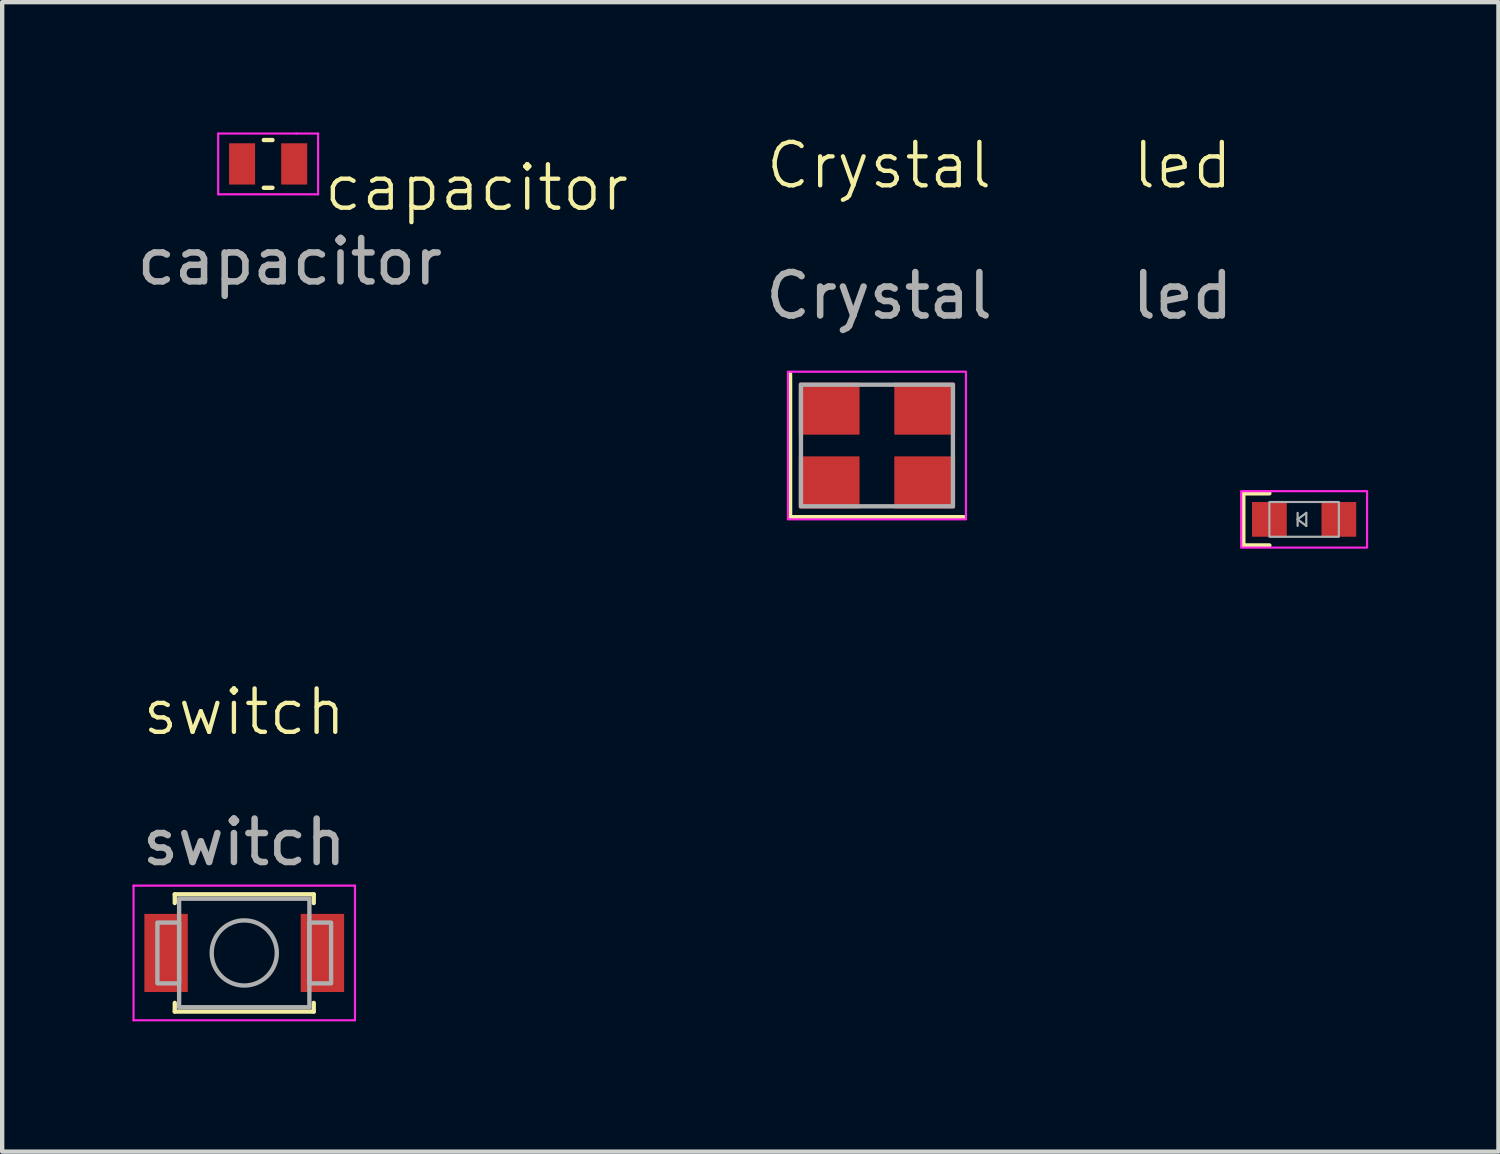
<source format=kicad_pcb>
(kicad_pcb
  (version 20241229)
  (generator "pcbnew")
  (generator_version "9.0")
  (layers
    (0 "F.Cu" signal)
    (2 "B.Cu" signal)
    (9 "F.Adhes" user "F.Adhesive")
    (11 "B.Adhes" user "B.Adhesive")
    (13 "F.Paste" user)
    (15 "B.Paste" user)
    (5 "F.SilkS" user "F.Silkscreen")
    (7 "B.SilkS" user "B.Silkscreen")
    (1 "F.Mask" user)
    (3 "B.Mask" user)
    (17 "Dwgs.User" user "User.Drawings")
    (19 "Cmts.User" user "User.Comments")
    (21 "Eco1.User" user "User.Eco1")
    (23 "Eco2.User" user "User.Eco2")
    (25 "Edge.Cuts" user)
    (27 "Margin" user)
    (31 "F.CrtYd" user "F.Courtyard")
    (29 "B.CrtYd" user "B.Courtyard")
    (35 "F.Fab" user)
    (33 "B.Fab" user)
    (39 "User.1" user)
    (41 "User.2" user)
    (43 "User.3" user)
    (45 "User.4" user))
  (footprint "switch"
    (layer "F.Cu")
    (at 2.575 13.846)
    (property "Reference" "switch" (at 0 -0.5 0) (unlocked yes) (layer "F.SilkS") (effects (font (size 1 1) (thickness 0.1))))
    (attr smd)
    (fp_line (start -1.6 3.7) (end 1.6 3.7) (stroke (width 0.1) (type default)) (layer "F.SilkS"))
    (fp_line (start -1.6 3.9) (end -1.6 3.7) (stroke (width 0.1) (type default)) (layer "F.SilkS"))
    (fp_line (start -1.6 6.2) (end -1.6 6.4) (stroke (width 0.1) (type default)) (layer "F.SilkS"))
    (fp_line (start -1.6 6.4) (end 1.6 6.4) (stroke (width 0.1) (type default)) (layer "F.SilkS"))
    (fp_line (start 1.6 3.7) (end 1.6 3.9) (stroke (width 0.1) (type default)) (layer "F.SilkS"))
    (fp_line (start 1.6 6.4) (end 1.6 6.2) (stroke (width 0.1) (type default)) (layer "F.SilkS"))
    (fp_line (start -2.55 3.5) (end -2.55 6.6) (stroke (width 0.05) (type default)) (layer "F.CrtYd"))
    (fp_line (start -2.55 6.6) (end 2.55 6.6) (stroke (width 0.05) (type default)) (layer "F.CrtYd"))
    (fp_line (start 2.55 3.5) (end -2.55 3.5) (stroke (width 0.05) (type default)) (layer "F.CrtYd"))
    (fp_line (start 2.55 6.6) (end 2.55 3.5) (stroke (width 0.05) (type default)) (layer "F.CrtYd"))
    (fp_rect (start -2 4.35) (end -1.5 5.75) (stroke (width 0.1) (type default)) (fill no) (layer "F.Fab"))
    (fp_rect (start -1.5 3.8) (end 1.5 6.3) (stroke (width 0.1) (type default)) (fill no) (layer "F.Fab"))
    (fp_rect (start 1.5 4.35) (end 2 5.75) (stroke (width 0.1) (type default)) (fill no) (layer "F.Fab"))
    (fp_circle (center 0 5.05) (end 0.75 5.05) (stroke (width 0.1) (type solid)) (fill no) (layer "F.Fab"))
    (fp_text user "${REFERENCE}" (at 0 2.5 0) (unlocked yes) (layer "F.Fab") (effects (font (size 1 1) (thickness 0.15))))
    (pad "1" smd rect (at -1.8 5.05) (size 1 1.8) (layers "F.Cu" "F.Mask" "F.Paste"))
    (pad "2" smd rect (at 1.8 5.05) (size 1 1.8) (layers "F.Cu" "F.Mask" "F.Paste")))
  (footprint "capacitor"
    (layer "F.Cu")
    (at 3.825 1.425)
    (property "Reference" "capacitor" (at 4.1 -0.15 0) (unlocked yes) (layer "F.SilkS") (effects (font (size 1 1) (thickness 0.1))))
    (attr smd)
    (fp_line (start -0.6 -1.25) (end -0.8 -1.25) (stroke (width 0.1) (type default)) (layer "F.SilkS"))
    (fp_line (start -0.6 -0.15) (end -0.8 -0.15) (stroke (width 0.1) (type default)) (layer "F.SilkS"))
    (fp_line (start -1.85 -1.4) (end -0.05 -1.4) (stroke (width 0.05) (type default)) (layer "F.CrtYd"))
    (fp_line (start -1.85 0) (end -1.85 -1.4) (stroke (width 0.05) (type default)) (layer "F.CrtYd"))
    (fp_line (start -0.05 -1.4) (end 0.45 -1.4) (stroke (width 0.05) (type default)) (layer "F.CrtYd"))
    (fp_line (start 0.45 -1.4) (end 0.45 0) (stroke (width 0.05) (type default)) (layer "F.CrtYd"))
    (fp_line (start 0.45 0) (end -1.85 0) (stroke (width 0.05) (type default)) (layer "F.CrtYd"))
    (fp_text user "${REFERENCE}" (at -0.2 1.55 0) (unlocked yes) (layer "F.Fab") (effects (font (size 1 1) (thickness 0.15))))
    (pad "1" smd rect (at -1.3 -0.7) (size 0.6 0.95) (layers "F.Cu" "F.Mask" "F.Paste"))
    (pad "2" smd rect (at -0.1 -0.7) (size 0.6 0.95) (layers "F.Cu" "F.Mask" "F.Paste")))
  (footprint "led"
    (layer "F.Cu")
    (at 26.983 8.911)
    (property "Reference" "led" (at -2.8 -8.15 0) (unlocked yes) (layer "F.SilkS") (effects (font (size 1 1) (thickness 0.1))))
    (attr smd)
    (fp_line (start -1.4 -0.6) (end -1.4 0.6) (stroke (width 0.1) (type default)) (layer "F.SilkS"))
    (fp_line (start -1.4 0.6) (end -0.8 0.6) (stroke (width 0.1) (type default)) (layer "F.SilkS"))
    (fp_line (start -0.8 -0.6) (end -1.4 -0.6) (stroke (width 0.1) (type default)) (layer "F.SilkS"))
    (fp_rect (start -1.45 -0.65) (end 1.45 0.65) (stroke (width 0.05) (type default)) (fill no) (layer "F.CrtYd"))
    (fp_line (start -0.15 0) (end 0.05 -0.15) (stroke (width 0.05) (type solid)) (layer "F.Fab"))
    (fp_line (start -0.15 0.15) (end -0.15 -0.15) (stroke (width 0.05) (type solid)) (layer "F.Fab"))
    (fp_line (start 0.05 -0.15) (end 0.05 0.15) (stroke (width 0.05) (type solid)) (layer "F.Fab"))
    (fp_line (start 0.05 0.15) (end -0.15 0) (stroke (width 0.05) (type solid)) (layer "F.Fab"))
    (fp_rect (start -0.8 -0.4) (end 0.8 0.4) (stroke (width 0.05) (type solid)) (fill no) (layer "F.Fab"))
    (fp_text user "${REFERENCE}" (at -2.8 -5.15 0) (unlocked yes) (layer "F.Fab") (effects (font (size 1 1) (thickness 0.15))))
    (pad "1" smd rect (at -0.8 0) (size 0.8 0.8) (layers "F.Cu" "F.Mask" "F.Paste"))
    (pad "2" smd rect (at 0.8 0) (size 0.8 0.8) (layers "F.Cu" "F.Mask" "F.Paste")))
  (footprint "Crystal"
    (layer "F.Cu")
    (at 17.195 1.26)
    (property "Reference" "Crystal" (at 0 -0.5 0) (unlocked yes) (layer "F.SilkS") (effects (font (size 1 1) (thickness 0.1))))
    (attr smd)
    (fp_line (start -2.05 4.3) (end -2.05 7.6) (stroke (width 0.1) (type default)) (layer "F.SilkS"))
    (fp_line (start -2.05 7.6) (end 1.95 7.6) (stroke (width 0.1) (type default)) (layer "F.SilkS"))
    (fp_rect (start -2.1 4.25) (end 2 7.65) (stroke (width 0.05) (type default)) (fill no) (layer "F.CrtYd"))
    (fp_rect (start -1.8 4.55) (end 1.7 7.35) (stroke (width 0.1) (type default)) (fill no) (layer "F.Fab"))
    (fp_text user "${REFERENCE}" (at 0 2.5 0) (unlocked yes) (layer "F.Fab") (effects (font (size 1 1) (thickness 0.15))))
    (pad "1" smd rect (at -1.15 6.8) (size 1.4 1.2) (layers "F.Cu" "F.Mask" "F.Paste"))
    (pad "2" smd rect (at 1.05 6.8) (size 1.4 1.2) (layers "F.Cu" "F.Mask" "F.Paste"))
    (pad "3" smd rect (at 1.05 5.1) (size 1.4 1.2) (layers "F.Cu" "F.Mask" "F.Paste"))
    (pad "4" smd rect (at -1.15 5.1) (size 1.4 1.2) (layers "F.Cu" "F.Mask" "F.Paste")))
  (gr_rect
    (start -3 -3)
    (end 31.458 23.471)
    (stroke (width 0.1) (type default))
    (fill no)
    (layer "Edge.Cuts")))
</source>
